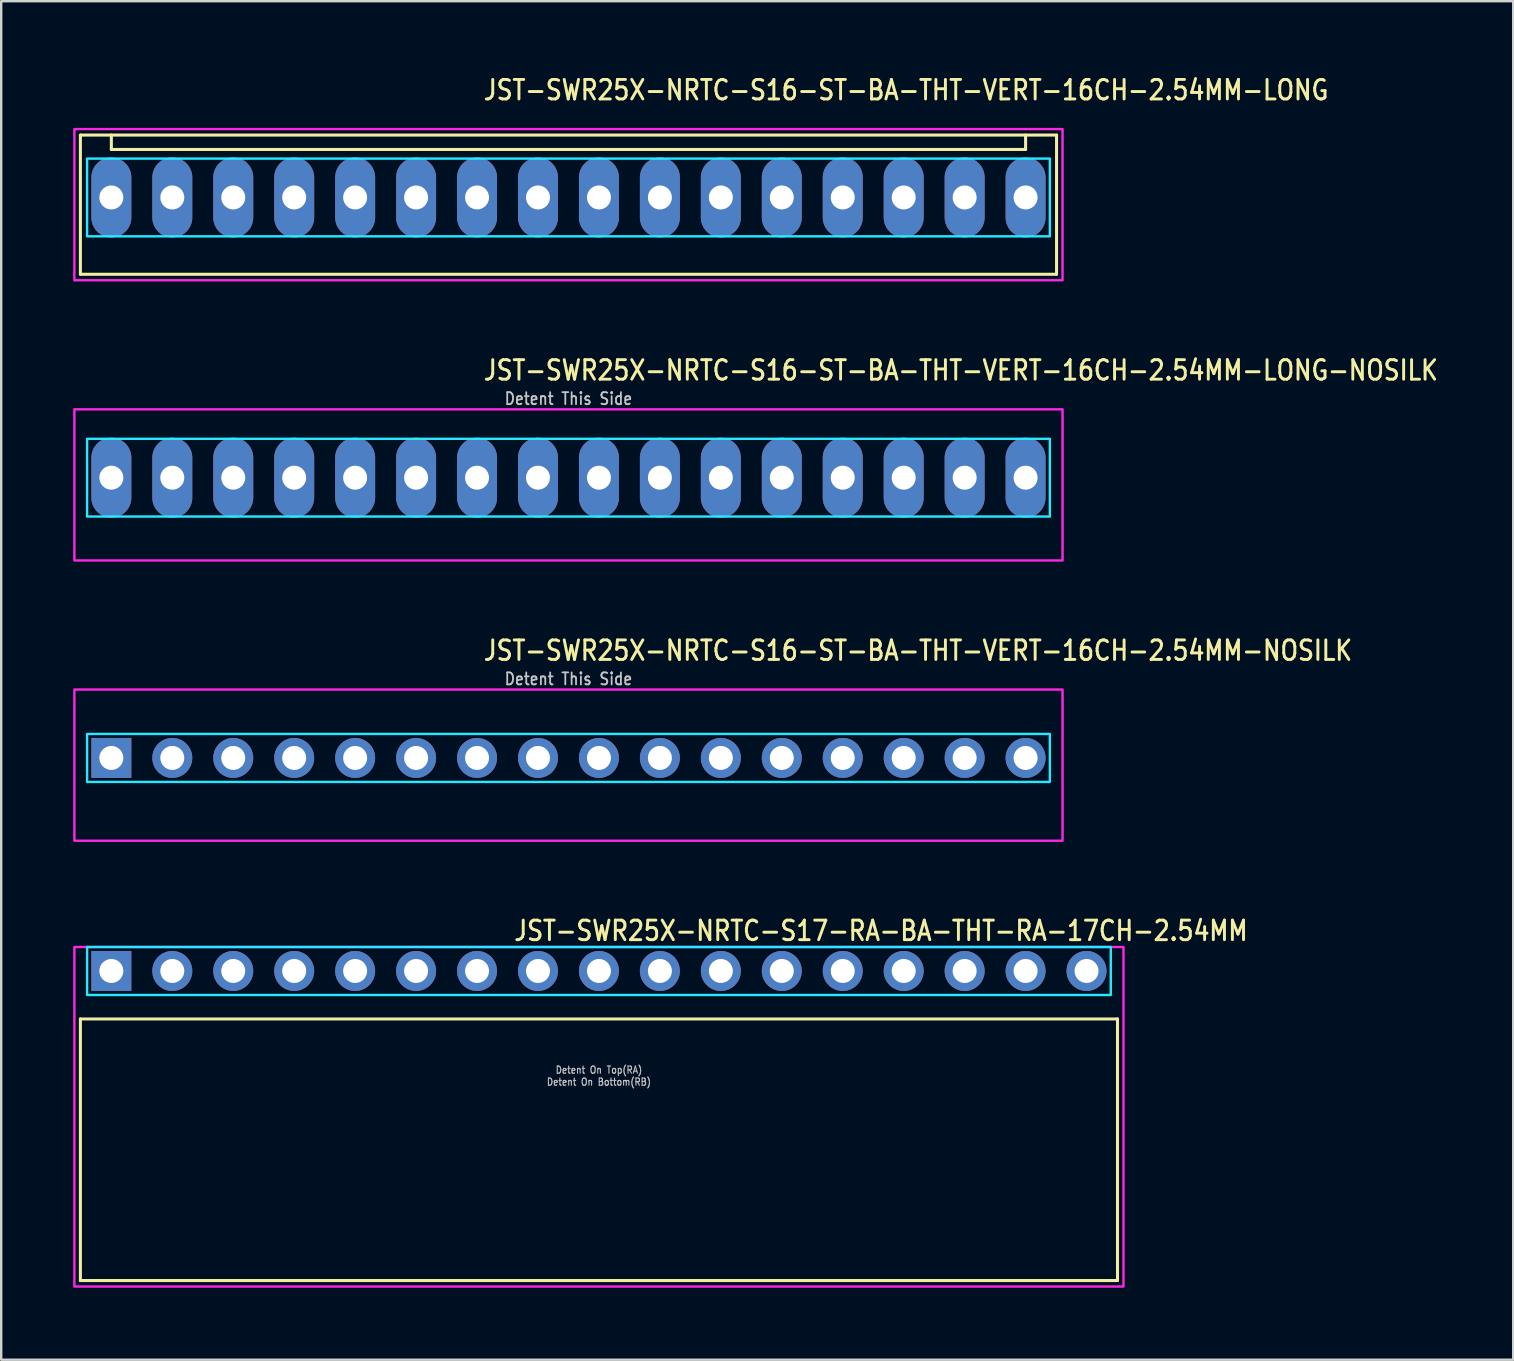
<source format=kicad_pcb>
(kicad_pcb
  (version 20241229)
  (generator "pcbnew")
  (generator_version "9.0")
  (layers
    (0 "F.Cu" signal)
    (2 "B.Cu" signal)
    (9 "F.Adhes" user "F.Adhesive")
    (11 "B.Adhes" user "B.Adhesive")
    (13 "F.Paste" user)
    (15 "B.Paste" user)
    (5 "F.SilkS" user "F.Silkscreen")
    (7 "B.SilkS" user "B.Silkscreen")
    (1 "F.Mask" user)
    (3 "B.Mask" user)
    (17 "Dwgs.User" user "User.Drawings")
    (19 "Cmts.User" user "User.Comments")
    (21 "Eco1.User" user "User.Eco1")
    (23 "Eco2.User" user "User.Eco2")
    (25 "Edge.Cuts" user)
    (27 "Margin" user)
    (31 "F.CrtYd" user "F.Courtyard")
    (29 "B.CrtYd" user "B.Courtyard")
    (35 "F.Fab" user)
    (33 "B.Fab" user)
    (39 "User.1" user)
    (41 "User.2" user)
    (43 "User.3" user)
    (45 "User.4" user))
  (footprint "JST-SWR25X-NRTC-S16-ST-BA-THT-VERT-16CH-2.54MM-LONG"
    (layer "F.Cu")
    (at 20.64 5.179)
    (property "Reference" "JST-SWR25X-NRTC-S16-ST-BA-THT-VERT-16CH-2.54MM-LONG" (at -3.6 -4 0) (unlocked yes) (layer "F.SilkS") (effects (font (size 0.813 0.695) (thickness 0.122)) (justify left bottom)))
    (fp_line (start -20.34 -2.6) (end 20.34 -2.6) (stroke (width 0.127) (type solid)) (layer "F.SilkS"))
    (fp_line (start -20.34 3.2) (end -20.34 -2.6) (stroke (width 0.127) (type solid)) (layer "F.SilkS"))
    (fp_line (start -20.34 3.2) (end 20.34 3.2) (stroke (width 0.127) (type solid)) (layer "F.SilkS"))
    (fp_line (start -19.05 -2.6) (end -19.05 -2) (stroke (width 0.127) (type solid)) (layer "F.SilkS"))
    (fp_line (start -19.05 -2) (end 19.05 -2) (stroke (width 0.127) (type solid)) (layer "F.SilkS"))
    (fp_line (start 19.05 -2.6) (end 19.05 -2) (stroke (width 0.127) (type solid)) (layer "F.SilkS"))
    (fp_line (start 20.34 -2.6) (end 20.34 3.2) (stroke (width 0.127) (type solid)) (layer "F.SilkS"))
    (fp_poly (pts (xy -20.06 -1.62) (xy -20.06 1.62) (xy 20.06 1.62) (xy 20.06 -1.62)) (stroke (width 0.1) (type solid)) (fill no) (layer "B.CrtYd"))
    (fp_poly (pts (xy -20.59 -2.85) (xy -20.59 3.45) (xy 20.59 3.45) (xy 20.59 -2.85)) (stroke (width 0.1) (type solid)) (fill no) (layer "F.CrtYd"))
    (pad "1" thru_hole oval (at -19.05 0 90) (size 3.333 1.667) (drill 1) (layers "*.Cu" "*.Mask"))
    (pad "2" thru_hole oval (at -16.51 0 90) (size 3.333 1.667) (drill 1) (layers "*.Cu" "*.Mask"))
    (pad "3" thru_hole oval (at -13.97 0 90) (size 3.333 1.667) (drill 1) (layers "*.Cu" "*.Mask"))
    (pad "4" thru_hole oval (at -11.43 0 90) (size 3.333 1.667) (drill 1) (layers "*.Cu" "*.Mask"))
    (pad "5" thru_hole oval (at -8.89 0 90) (size 3.333 1.667) (drill 1) (layers "*.Cu" "*.Mask"))
    (pad "6" thru_hole oval (at -6.35 0 90) (size 3.333 1.667) (drill 1) (layers "*.Cu" "*.Mask"))
    (pad "7" thru_hole oval (at -3.81 0 90) (size 3.333 1.667) (drill 1) (layers "*.Cu" "*.Mask"))
    (pad "8" thru_hole oval (at -1.27 0 90) (size 3.333 1.667) (drill 1) (layers "*.Cu" "*.Mask"))
    (pad "9" thru_hole oval (at 1.27 0 90) (size 3.333 1.667) (drill 1) (layers "*.Cu" "*.Mask"))
    (pad "10" thru_hole oval (at 3.81 0 90) (size 3.333 1.667) (drill 1) (layers "*.Cu" "*.Mask"))
    (pad "11" thru_hole oval (at 6.35 0 90) (size 3.333 1.667) (drill 1) (layers "*.Cu" "*.Mask"))
    (pad "12" thru_hole oval (at 8.89 0 90) (size 3.333 1.667) (drill 1) (layers "*.Cu" "*.Mask"))
    (pad "13" thru_hole oval (at 11.43 0 90) (size 3.333 1.667) (drill 1) (layers "*.Cu" "*.Mask"))
    (pad "14" thru_hole oval (at 13.97 0 90) (size 3.333 1.667) (drill 1) (layers "*.Cu" "*.Mask"))
    (pad "15" thru_hole oval (at 16.51 0 90) (size 3.333 1.667) (drill 1) (layers "*.Cu" "*.Mask"))
    (pad "16" thru_hole oval (at 19.05 0 90) (size 3.333 1.667) (drill 1) (layers "*.Cu" "*.Mask")))
  (footprint "JST-SWR25X-NRTC-S16-ST-BA-THT-VERT-16CH-2.54MM-NOSILK"
    (layer "F.Cu")
    (at 20.64 28.536)
    (property "Reference" "JST-SWR25X-NRTC-S16-ST-BA-THT-VERT-16CH-2.54MM-NOSILK" (at -3.6 -4 0) (unlocked yes) (layer "F.SilkS") (effects (font (size 0.813 0.695) (thickness 0.122)) (justify left bottom)))
    (fp_poly (pts (xy -20.06 -1) (xy -20.06 1) (xy 20.06 1) (xy 20.06 -1)) (stroke (width 0.1) (type solid)) (fill no) (layer "B.CrtYd"))
    (fp_poly (pts (xy -20.59 -2.85) (xy -20.59 3.45) (xy 20.59 3.45) (xy 20.59 -2.85)) (stroke (width 0.1) (type solid)) (fill no) (layer "F.CrtYd"))
    (fp_text user "Detent This Side" (at 0 -3 0) (unlocked yes) (layer "Dwgs.User") (effects (font (size 0.5 0.427) (thickness 0.075)) (justify bottom)))
    (pad "1" thru_hole rect (at -19.05 0) (size 1.667 1.667) (drill 1) (layers "*.Cu" "*.Mask"))
    (pad "2" thru_hole oval (at -16.51 0) (size 1.667 1.667) (drill 1) (layers "*.Cu" "*.Mask"))
    (pad "3" thru_hole oval (at -13.97 0) (size 1.667 1.667) (drill 1) (layers "*.Cu" "*.Mask"))
    (pad "4" thru_hole oval (at -11.43 0) (size 1.667 1.667) (drill 1) (layers "*.Cu" "*.Mask"))
    (pad "5" thru_hole oval (at -8.89 0) (size 1.667 1.667) (drill 1) (layers "*.Cu" "*.Mask"))
    (pad "6" thru_hole oval (at -6.35 0) (size 1.667 1.667) (drill 1) (layers "*.Cu" "*.Mask"))
    (pad "7" thru_hole oval (at -3.81 0) (size 1.667 1.667) (drill 1) (layers "*.Cu" "*.Mask"))
    (pad "8" thru_hole oval (at -1.27 0) (size 1.667 1.667) (drill 1) (layers "*.Cu" "*.Mask"))
    (pad "9" thru_hole oval (at 1.27 0) (size 1.667 1.667) (drill 1) (layers "*.Cu" "*.Mask"))
    (pad "10" thru_hole oval (at 3.81 0) (size 1.667 1.667) (drill 1) (layers "*.Cu" "*.Mask"))
    (pad "11" thru_hole oval (at 6.35 0) (size 1.667 1.667) (drill 1) (layers "*.Cu" "*.Mask"))
    (pad "12" thru_hole oval (at 8.89 0) (size 1.667 1.667) (drill 1) (layers "*.Cu" "*.Mask"))
    (pad "13" thru_hole oval (at 11.43 0) (size 1.667 1.667) (drill 1) (layers "*.Cu" "*.Mask"))
    (pad "14" thru_hole oval (at 13.97 0) (size 1.667 1.667) (drill 1) (layers "*.Cu" "*.Mask"))
    (pad "15" thru_hole oval (at 16.51 0) (size 1.667 1.667) (drill 1) (layers "*.Cu" "*.Mask"))
    (pad "16" thru_hole oval (at 19.05 0) (size 1.667 1.667) (drill 1) (layers "*.Cu" "*.Mask")))
  (footprint "JST-SWR25X-NRTC-S16-ST-BA-THT-VERT-16CH-2.54MM-LONG-NOSILK"
    (layer "F.Cu")
    (at 20.64 16.857)
    (property "Reference" "JST-SWR25X-NRTC-S16-ST-BA-THT-VERT-16CH-2.54MM-LONG-NOSILK" (at -3.6 -4 0) (unlocked yes) (layer "F.SilkS") (effects (font (size 0.813 0.695) (thickness 0.122)) (justify left bottom)))
    (fp_poly (pts (xy -20.06 -1.62) (xy -20.06 1.62) (xy 20.06 1.62) (xy 20.06 -1.62)) (stroke (width 0.1) (type solid)) (fill no) (layer "B.CrtYd"))
    (fp_poly (pts (xy -20.59 -2.85) (xy -20.59 3.45) (xy 20.59 3.45) (xy 20.59 -2.85)) (stroke (width 0.1) (type solid)) (fill no) (layer "F.CrtYd"))
    (fp_text user "Detent This Side" (at 0 -3 0) (unlocked yes) (layer "Dwgs.User") (effects (font (size 0.5 0.427) (thickness 0.075)) (justify bottom)))
    (pad "1" thru_hole oval (at -19.05 0 90) (size 3.333 1.667) (drill 1) (layers "*.Cu" "*.Mask"))
    (pad "2" thru_hole oval (at -16.51 0 90) (size 3.333 1.667) (drill 1) (layers "*.Cu" "*.Mask"))
    (pad "3" thru_hole oval (at -13.97 0 90) (size 3.333 1.667) (drill 1) (layers "*.Cu" "*.Mask"))
    (pad "4" thru_hole oval (at -11.43 0 90) (size 3.333 1.667) (drill 1) (layers "*.Cu" "*.Mask"))
    (pad "5" thru_hole oval (at -8.89 0 90) (size 3.333 1.667) (drill 1) (layers "*.Cu" "*.Mask"))
    (pad "6" thru_hole oval (at -6.35 0 90) (size 3.333 1.667) (drill 1) (layers "*.Cu" "*.Mask"))
    (pad "7" thru_hole oval (at -3.81 0 90) (size 3.333 1.667) (drill 1) (layers "*.Cu" "*.Mask"))
    (pad "8" thru_hole oval (at -1.27 0 90) (size 3.333 1.667) (drill 1) (layers "*.Cu" "*.Mask"))
    (pad "9" thru_hole oval (at 1.27 0 90) (size 3.333 1.667) (drill 1) (layers "*.Cu" "*.Mask"))
    (pad "10" thru_hole oval (at 3.81 0 90) (size 3.333 1.667) (drill 1) (layers "*.Cu" "*.Mask"))
    (pad "11" thru_hole oval (at 6.35 0 90) (size 3.333 1.667) (drill 1) (layers "*.Cu" "*.Mask"))
    (pad "12" thru_hole oval (at 8.89 0 90) (size 3.333 1.667) (drill 1) (layers "*.Cu" "*.Mask"))
    (pad "13" thru_hole oval (at 11.43 0 90) (size 3.333 1.667) (drill 1) (layers "*.Cu" "*.Mask"))
    (pad "14" thru_hole oval (at 13.97 0 90) (size 3.333 1.667) (drill 1) (layers "*.Cu" "*.Mask"))
    (pad "15" thru_hole oval (at 16.51 0 90) (size 3.333 1.667) (drill 1) (layers "*.Cu" "*.Mask"))
    (pad "16" thru_hole oval (at 19.05 0 90) (size 3.333 1.667) (drill 1) (layers "*.Cu" "*.Mask")))
  (footprint "JST-SWR25X-NRTC-S17-RA-BA-THT-RA-17CH-2.54MM"
    (layer "F.Cu")
    (at 21.91 37.414)
    (property "Reference" "JST-SWR25X-NRTC-S17-RA-BA-THT-RA-17CH-2.54MM" (at -3.6 -1.2 0) (unlocked yes) (layer "F.SilkS") (effects (font (size 0.813 0.695) (thickness 0.122)) (justify left bottom)))
    (fp_line (start -21.61 2) (end 21.61 2) (stroke (width 0.127) (type solid)) (layer "F.SilkS"))
    (fp_line (start -21.61 12.9) (end -21.61 2) (stroke (width 0.127) (type solid)) (layer "F.SilkS"))
    (fp_line (start -21.61 12.9) (end 21.61 12.9) (stroke (width 0.127) (type solid)) (layer "F.SilkS"))
    (fp_line (start 21.61 2) (end 21.61 12.9) (stroke (width 0.127) (type solid)) (layer "F.SilkS"))
    (fp_poly (pts (xy -21.33 -1) (xy -21.33 1) (xy 21.33 1) (xy 21.33 -1)) (stroke (width 0.1) (type solid)) (fill no) (layer "B.CrtYd"))
    (fp_poly (pts (xy -21.86 -1) (xy -21.86 13.15) (xy 21.86 13.15) (xy 21.86 -1)) (stroke (width 0.1) (type solid)) (fill no) (layer "F.CrtYd"))
    (fp_text user "Detent On Bottom(RB)" (at 0 4.8 0) (unlocked yes) (layer "Dwgs.User") (effects (font (size 0.3 0.257) (thickness 0.045)) (justify bottom)))
    (fp_text user "Detent On Top(RA)" (at 0 4.3 0) (unlocked yes) (layer "Dwgs.User") (effects (font (size 0.3 0.257) (thickness 0.045)) (justify bottom)))
    (pad "1" thru_hole rect (at -20.32 0) (size 1.667 1.667) (drill 1) (layers "*.Cu" "*.Mask"))
    (pad "2" thru_hole oval (at -17.78 0) (size 1.667 1.667) (drill 1) (layers "*.Cu" "*.Mask"))
    (pad "3" thru_hole oval (at -15.24 0) (size 1.667 1.667) (drill 1) (layers "*.Cu" "*.Mask"))
    (pad "4" thru_hole oval (at -12.7 0) (size 1.667 1.667) (drill 1) (layers "*.Cu" "*.Mask"))
    (pad "5" thru_hole oval (at -10.16 0) (size 1.667 1.667) (drill 1) (layers "*.Cu" "*.Mask"))
    (pad "6" thru_hole oval (at -7.62 0) (size 1.667 1.667) (drill 1) (layers "*.Cu" "*.Mask"))
    (pad "7" thru_hole oval (at -5.08 0) (size 1.667 1.667) (drill 1) (layers "*.Cu" "*.Mask"))
    (pad "8" thru_hole oval (at -2.54 0) (size 1.667 1.667) (drill 1) (layers "*.Cu" "*.Mask"))
    (pad "9" thru_hole oval (at 0 0) (size 1.667 1.667) (drill 1) (layers "*.Cu" "*.Mask"))
    (pad "10" thru_hole oval (at 2.54 0) (size 1.667 1.667) (drill 1) (layers "*.Cu" "*.Mask"))
    (pad "11" thru_hole oval (at 5.08 0) (size 1.667 1.667) (drill 1) (layers "*.Cu" "*.Mask"))
    (pad "12" thru_hole oval (at 7.62 0) (size 1.667 1.667) (drill 1) (layers "*.Cu" "*.Mask"))
    (pad "13" thru_hole oval (at 10.16 0) (size 1.667 1.667) (drill 1) (layers "*.Cu" "*.Mask"))
    (pad "14" thru_hole oval (at 12.7 0) (size 1.667 1.667) (drill 1) (layers "*.Cu" "*.Mask"))
    (pad "15" thru_hole oval (at 15.24 0) (size 1.667 1.667) (drill 1) (layers "*.Cu" "*.Mask"))
    (pad "16" thru_hole oval (at 17.78 0) (size 1.667 1.667) (drill 1) (layers "*.Cu" "*.Mask"))
    (pad "17" thru_hole oval (at 20.32 0) (size 1.667 1.667) (drill 1) (layers "*.Cu" "*.Mask")))
  (gr_rect
    (start -3 -3)
    (end 60.011 53.614)
    (stroke (width 0.1) (type default))
    (fill no)
    (layer "Edge.Cuts")))
</source>
